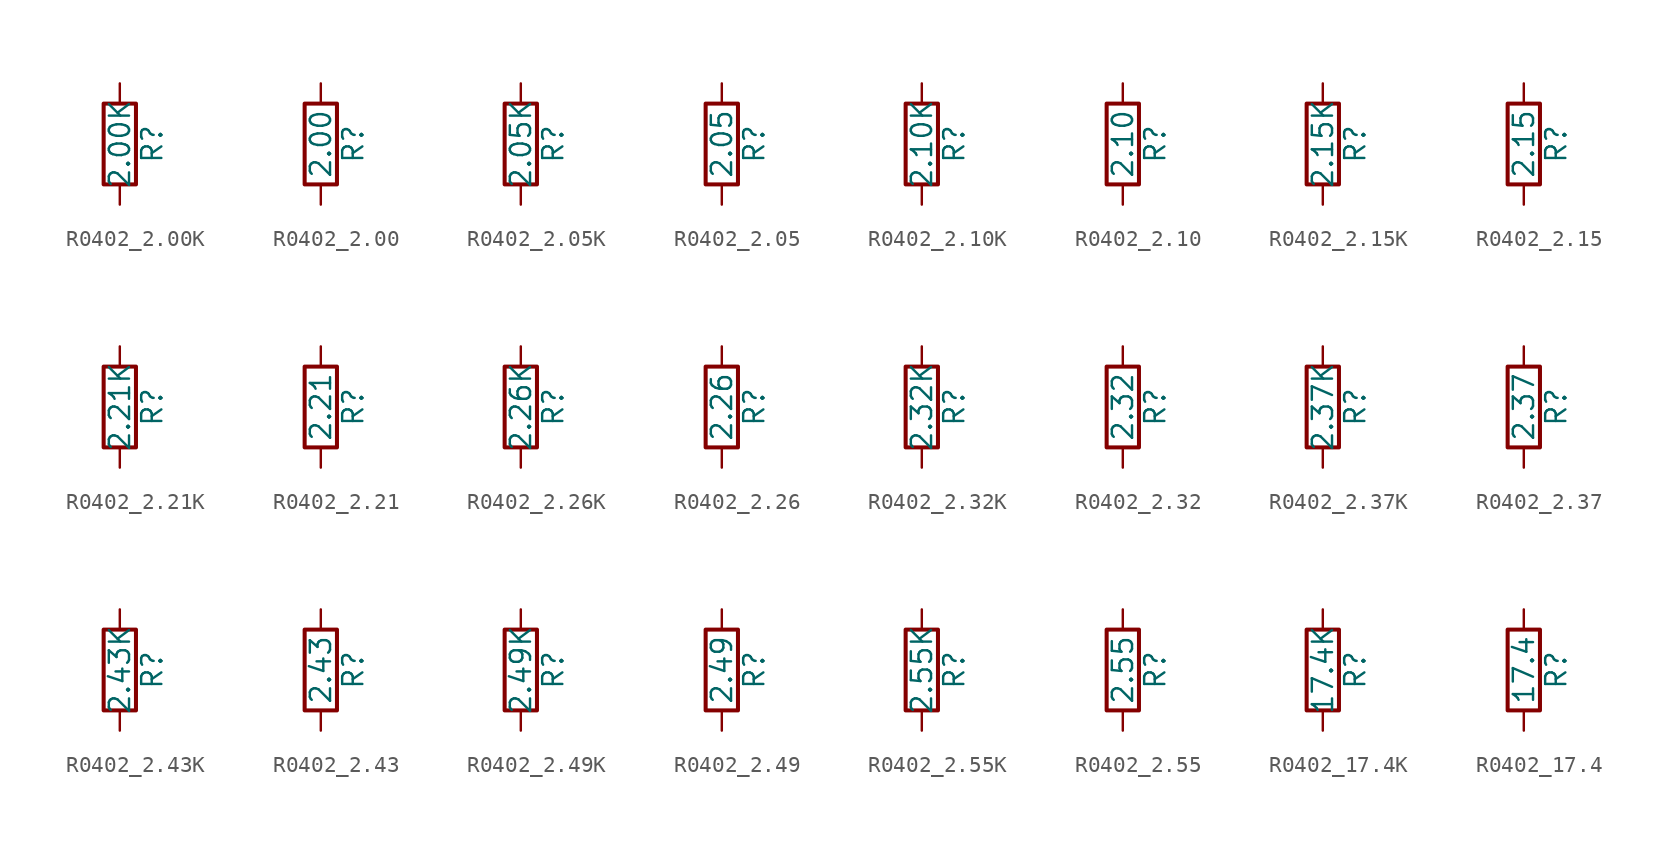
<source format=kicad_sym>
(kicad_symbol_lib
  (version 20211014)
  (generator atlantix-eda)
  (symbol "R0402_2.00K"
    (pin_numbers hide)
    (pin_names
      (offset 0))
    (property "Reference" "R"
      (at 2.032 0 90)
      (effects (font (size 1.27 1.27))))
    (property "Value" "2.00K"
      (at 0 0 90)
      (effects (font (size 1.27 1.27))))
    (symbol "R0402_2.00K_0_1"
      (rectangle (start -1.016 -2.54) (end 1.016 2.54) (stroke (width 0.254) (type default) (color 0 0 0 0)) (fill (type none))))
    (symbol "R0402_2.00K_1_1"
      (pin passive line (at 0 3.81 270) (length 1.27) (name "~" (effects (font (size 1.27 1.27)))) (number "1" (effects (font (size 1.27 1.27)))))
      (pin passive line (at 0 -3.81 90) (length 1.27) (name "~" (effects (font (size 1.27 1.27)))) (number "2" (effects (font (size 1.27 1.27)))))))
  (symbol "R0402_2.00"
    (pin_numbers hide)
    (pin_names
      (offset 0))
    (property "Reference" "R"
      (at 2.032 0 90)
      (effects (font (size 1.27 1.27))))
    (property "Value" "2.00"
      (at 0 0 90)
      (effects (font (size 1.27 1.27))))
    (symbol "R0402_2.00_0_1"
      (rectangle (start -1.016 -2.54) (end 1.016 2.54) (stroke (width 0.254) (type default) (color 0 0 0 0)) (fill (type none))))
    (symbol "R0402_2.00_1_1"
      (pin passive line (at 0 3.81 270) (length 1.27) (name "~" (effects (font (size 1.27 1.27)))) (number "1" (effects (font (size 1.27 1.27)))))
      (pin passive line (at 0 -3.81 90) (length 1.27) (name "~" (effects (font (size 1.27 1.27)))) (number "2" (effects (font (size 1.27 1.27)))))))
  (symbol "R0402_2.05K"
    (pin_numbers hide)
    (pin_names
      (offset 0))
    (property "Reference" "R"
      (at 2.032 0 90)
      (effects (font (size 1.27 1.27))))
    (property "Value" "2.05K"
      (at 0 0 90)
      (effects (font (size 1.27 1.27))))
    (symbol "R0402_2.05K_0_1"
      (rectangle (start -1.016 -2.54) (end 1.016 2.54) (stroke (width 0.254) (type default) (color 0 0 0 0)) (fill (type none))))
    (symbol "R0402_2.05K_1_1"
      (pin passive line (at 0 3.81 270) (length 1.27) (name "~" (effects (font (size 1.27 1.27)))) (number "1" (effects (font (size 1.27 1.27)))))
      (pin passive line (at 0 -3.81 90) (length 1.27) (name "~" (effects (font (size 1.27 1.27)))) (number "2" (effects (font (size 1.27 1.27)))))))
  (symbol "R0402_2.05"
    (pin_numbers hide)
    (pin_names
      (offset 0))
    (property "Reference" "R"
      (at 2.032 0 90)
      (effects (font (size 1.27 1.27))))
    (property "Value" "2.05"
      (at 0 0 90)
      (effects (font (size 1.27 1.27))))
    (symbol "R0402_2.05_0_1"
      (rectangle (start -1.016 -2.54) (end 1.016 2.54) (stroke (width 0.254) (type default) (color 0 0 0 0)) (fill (type none))))
    (symbol "R0402_2.05_1_1"
      (pin passive line (at 0 3.81 270) (length 1.27) (name "~" (effects (font (size 1.27 1.27)))) (number "1" (effects (font (size 1.27 1.27)))))
      (pin passive line (at 0 -3.81 90) (length 1.27) (name "~" (effects (font (size 1.27 1.27)))) (number "2" (effects (font (size 1.27 1.27)))))))
  (symbol "R0402_2.10K"
    (pin_numbers hide)
    (pin_names
      (offset 0))
    (property "Reference" "R"
      (at 2.032 0 90)
      (effects (font (size 1.27 1.27))))
    (property "Value" "2.10K"
      (at 0 0 90)
      (effects (font (size 1.27 1.27))))
    (symbol "R0402_2.10K_0_1"
      (rectangle (start -1.016 -2.54) (end 1.016 2.54) (stroke (width 0.254) (type default) (color 0 0 0 0)) (fill (type none))))
    (symbol "R0402_2.10K_1_1"
      (pin passive line (at 0 3.81 270) (length 1.27) (name "~" (effects (font (size 1.27 1.27)))) (number "1" (effects (font (size 1.27 1.27)))))
      (pin passive line (at 0 -3.81 90) (length 1.27) (name "~" (effects (font (size 1.27 1.27)))) (number "2" (effects (font (size 1.27 1.27)))))))
  (symbol "R0402_2.10"
    (pin_numbers hide)
    (pin_names
      (offset 0))
    (property "Reference" "R"
      (at 2.032 0 90)
      (effects (font (size 1.27 1.27))))
    (property "Value" "2.10"
      (at 0 0 90)
      (effects (font (size 1.27 1.27))))
    (symbol "R0402_2.10_0_1"
      (rectangle (start -1.016 -2.54) (end 1.016 2.54) (stroke (width 0.254) (type default) (color 0 0 0 0)) (fill (type none))))
    (symbol "R0402_2.10_1_1"
      (pin passive line (at 0 3.81 270) (length 1.27) (name "~" (effects (font (size 1.27 1.27)))) (number "1" (effects (font (size 1.27 1.27)))))
      (pin passive line (at 0 -3.81 90) (length 1.27) (name "~" (effects (font (size 1.27 1.27)))) (number "2" (effects (font (size 1.27 1.27)))))))
  (symbol "R0402_2.15K"
    (pin_numbers hide)
    (pin_names
      (offset 0))
    (property "Reference" "R"
      (at 2.032 0 90)
      (effects (font (size 1.27 1.27))))
    (property "Value" "2.15K"
      (at 0 0 90)
      (effects (font (size 1.27 1.27))))
    (symbol "R0402_2.15K_0_1"
      (rectangle (start -1.016 -2.54) (end 1.016 2.54) (stroke (width 0.254) (type default) (color 0 0 0 0)) (fill (type none))))
    (symbol "R0402_2.15K_1_1"
      (pin passive line (at 0 3.81 270) (length 1.27) (name "~" (effects (font (size 1.27 1.27)))) (number "1" (effects (font (size 1.27 1.27)))))
      (pin passive line (at 0 -3.81 90) (length 1.27) (name "~" (effects (font (size 1.27 1.27)))) (number "2" (effects (font (size 1.27 1.27)))))))
  (symbol "R0402_2.15"
    (pin_numbers hide)
    (pin_names
      (offset 0))
    (property "Reference" "R"
      (at 2.032 0 90)
      (effects (font (size 1.27 1.27))))
    (property "Value" "2.15"
      (at 0 0 90)
      (effects (font (size 1.27 1.27))))
    (symbol "R0402_2.15_0_1"
      (rectangle (start -1.016 -2.54) (end 1.016 2.54) (stroke (width 0.254) (type default) (color 0 0 0 0)) (fill (type none))))
    (symbol "R0402_2.15_1_1"
      (pin passive line (at 0 3.81 270) (length 1.27) (name "~" (effects (font (size 1.27 1.27)))) (number "1" (effects (font (size 1.27 1.27)))))
      (pin passive line (at 0 -3.81 90) (length 1.27) (name "~" (effects (font (size 1.27 1.27)))) (number "2" (effects (font (size 1.27 1.27)))))))
  (symbol "R0402_2.21K"
    (pin_numbers hide)
    (pin_names
      (offset 0))
    (property "Reference" "R"
      (at 2.032 0 90)
      (effects (font (size 1.27 1.27))))
    (property "Value" "2.21K"
      (at 0 0 90)
      (effects (font (size 1.27 1.27))))
    (symbol "R0402_2.21K_0_1"
      (rectangle (start -1.016 -2.54) (end 1.016 2.54) (stroke (width 0.254) (type default) (color 0 0 0 0)) (fill (type none))))
    (symbol "R0402_2.21K_1_1"
      (pin passive line (at 0 3.81 270) (length 1.27) (name "~" (effects (font (size 1.27 1.27)))) (number "1" (effects (font (size 1.27 1.27)))))
      (pin passive line (at 0 -3.81 90) (length 1.27) (name "~" (effects (font (size 1.27 1.27)))) (number "2" (effects (font (size 1.27 1.27)))))))
  (symbol "R0402_2.21"
    (pin_numbers hide)
    (pin_names
      (offset 0))
    (property "Reference" "R"
      (at 2.032 0 90)
      (effects (font (size 1.27 1.27))))
    (property "Value" "2.21"
      (at 0 0 90)
      (effects (font (size 1.27 1.27))))
    (symbol "R0402_2.21_0_1"
      (rectangle (start -1.016 -2.54) (end 1.016 2.54) (stroke (width 0.254) (type default) (color 0 0 0 0)) (fill (type none))))
    (symbol "R0402_2.21_1_1"
      (pin passive line (at 0 3.81 270) (length 1.27) (name "~" (effects (font (size 1.27 1.27)))) (number "1" (effects (font (size 1.27 1.27)))))
      (pin passive line (at 0 -3.81 90) (length 1.27) (name "~" (effects (font (size 1.27 1.27)))) (number "2" (effects (font (size 1.27 1.27)))))))
  (symbol "R0402_2.26K"
    (pin_numbers hide)
    (pin_names
      (offset 0))
    (property "Reference" "R"
      (at 2.032 0 90)
      (effects (font (size 1.27 1.27))))
    (property "Value" "2.26K"
      (at 0 0 90)
      (effects (font (size 1.27 1.27))))
    (symbol "R0402_2.26K_0_1"
      (rectangle (start -1.016 -2.54) (end 1.016 2.54) (stroke (width 0.254) (type default) (color 0 0 0 0)) (fill (type none))))
    (symbol "R0402_2.26K_1_1"
      (pin passive line (at 0 3.81 270) (length 1.27) (name "~" (effects (font (size 1.27 1.27)))) (number "1" (effects (font (size 1.27 1.27)))))
      (pin passive line (at 0 -3.81 90) (length 1.27) (name "~" (effects (font (size 1.27 1.27)))) (number "2" (effects (font (size 1.27 1.27)))))))
  (symbol "R0402_2.26"
    (pin_numbers hide)
    (pin_names
      (offset 0))
    (property "Reference" "R"
      (at 2.032 0 90)
      (effects (font (size 1.27 1.27))))
    (property "Value" "2.26"
      (at 0 0 90)
      (effects (font (size 1.27 1.27))))
    (symbol "R0402_2.26_0_1"
      (rectangle (start -1.016 -2.54) (end 1.016 2.54) (stroke (width 0.254) (type default) (color 0 0 0 0)) (fill (type none))))
    (symbol "R0402_2.26_1_1"
      (pin passive line (at 0 3.81 270) (length 1.27) (name "~" (effects (font (size 1.27 1.27)))) (number "1" (effects (font (size 1.27 1.27)))))
      (pin passive line (at 0 -3.81 90) (length 1.27) (name "~" (effects (font (size 1.27 1.27)))) (number "2" (effects (font (size 1.27 1.27)))))))
  (symbol "R0402_2.32K"
    (pin_numbers hide)
    (pin_names
      (offset 0))
    (property "Reference" "R"
      (at 2.032 0 90)
      (effects (font (size 1.27 1.27))))
    (property "Value" "2.32K"
      (at 0 0 90)
      (effects (font (size 1.27 1.27))))
    (symbol "R0402_2.32K_0_1"
      (rectangle (start -1.016 -2.54) (end 1.016 2.54) (stroke (width 0.254) (type default) (color 0 0 0 0)) (fill (type none))))
    (symbol "R0402_2.32K_1_1"
      (pin passive line (at 0 3.81 270) (length 1.27) (name "~" (effects (font (size 1.27 1.27)))) (number "1" (effects (font (size 1.27 1.27)))))
      (pin passive line (at 0 -3.81 90) (length 1.27) (name "~" (effects (font (size 1.27 1.27)))) (number "2" (effects (font (size 1.27 1.27)))))))
  (symbol "R0402_2.32"
    (pin_numbers hide)
    (pin_names
      (offset 0))
    (property "Reference" "R"
      (at 2.032 0 90)
      (effects (font (size 1.27 1.27))))
    (property "Value" "2.32"
      (at 0 0 90)
      (effects (font (size 1.27 1.27))))
    (symbol "R0402_2.32_0_1"
      (rectangle (start -1.016 -2.54) (end 1.016 2.54) (stroke (width 0.254) (type default) (color 0 0 0 0)) (fill (type none))))
    (symbol "R0402_2.32_1_1"
      (pin passive line (at 0 3.81 270) (length 1.27) (name "~" (effects (font (size 1.27 1.27)))) (number "1" (effects (font (size 1.27 1.27)))))
      (pin passive line (at 0 -3.81 90) (length 1.27) (name "~" (effects (font (size 1.27 1.27)))) (number "2" (effects (font (size 1.27 1.27)))))))
  (symbol "R0402_2.37K"
    (pin_numbers hide)
    (pin_names
      (offset 0))
    (property "Reference" "R"
      (at 2.032 0 90)
      (effects (font (size 1.27 1.27))))
    (property "Value" "2.37K"
      (at 0 0 90)
      (effects (font (size 1.27 1.27))))
    (symbol "R0402_2.37K_0_1"
      (rectangle (start -1.016 -2.54) (end 1.016 2.54) (stroke (width 0.254) (type default) (color 0 0 0 0)) (fill (type none))))
    (symbol "R0402_2.37K_1_1"
      (pin passive line (at 0 3.81 270) (length 1.27) (name "~" (effects (font (size 1.27 1.27)))) (number "1" (effects (font (size 1.27 1.27)))))
      (pin passive line (at 0 -3.81 90) (length 1.27) (name "~" (effects (font (size 1.27 1.27)))) (number "2" (effects (font (size 1.27 1.27)))))))
  (symbol "R0402_2.37"
    (pin_numbers hide)
    (pin_names
      (offset 0))
    (property "Reference" "R"
      (at 2.032 0 90)
      (effects (font (size 1.27 1.27))))
    (property "Value" "2.37"
      (at 0 0 90)
      (effects (font (size 1.27 1.27))))
    (symbol "R0402_2.37_0_1"
      (rectangle (start -1.016 -2.54) (end 1.016 2.54) (stroke (width 0.254) (type default) (color 0 0 0 0)) (fill (type none))))
    (symbol "R0402_2.37_1_1"
      (pin passive line (at 0 3.81 270) (length 1.27) (name "~" (effects (font (size 1.27 1.27)))) (number "1" (effects (font (size 1.27 1.27)))))
      (pin passive line (at 0 -3.81 90) (length 1.27) (name "~" (effects (font (size 1.27 1.27)))) (number "2" (effects (font (size 1.27 1.27)))))))
  (symbol "R0402_2.43K"
    (pin_numbers hide)
    (pin_names
      (offset 0))
    (property "Reference" "R"
      (at 2.032 0 90)
      (effects (font (size 1.27 1.27))))
    (property "Value" "2.43K"
      (at 0 0 90)
      (effects (font (size 1.27 1.27))))
    (symbol "R0402_2.43K_0_1"
      (rectangle (start -1.016 -2.54) (end 1.016 2.54) (stroke (width 0.254) (type default) (color 0 0 0 0)) (fill (type none))))
    (symbol "R0402_2.43K_1_1"
      (pin passive line (at 0 3.81 270) (length 1.27) (name "~" (effects (font (size 1.27 1.27)))) (number "1" (effects (font (size 1.27 1.27)))))
      (pin passive line (at 0 -3.81 90) (length 1.27) (name "~" (effects (font (size 1.27 1.27)))) (number "2" (effects (font (size 1.27 1.27)))))))
  (symbol "R0402_2.43"
    (pin_numbers hide)
    (pin_names
      (offset 0))
    (property "Reference" "R"
      (at 2.032 0 90)
      (effects (font (size 1.27 1.27))))
    (property "Value" "2.43"
      (at 0 0 90)
      (effects (font (size 1.27 1.27))))
    (symbol "R0402_2.43_0_1"
      (rectangle (start -1.016 -2.54) (end 1.016 2.54) (stroke (width 0.254) (type default) (color 0 0 0 0)) (fill (type none))))
    (symbol "R0402_2.43_1_1"
      (pin passive line (at 0 3.81 270) (length 1.27) (name "~" (effects (font (size 1.27 1.27)))) (number "1" (effects (font (size 1.27 1.27)))))
      (pin passive line (at 0 -3.81 90) (length 1.27) (name "~" (effects (font (size 1.27 1.27)))) (number "2" (effects (font (size 1.27 1.27)))))))
  (symbol "R0402_2.49K"
    (pin_numbers hide)
    (pin_names
      (offset 0))
    (property "Reference" "R"
      (at 2.032 0 90)
      (effects (font (size 1.27 1.27))))
    (property "Value" "2.49K"
      (at 0 0 90)
      (effects (font (size 1.27 1.27))))
    (symbol "R0402_2.49K_0_1"
      (rectangle (start -1.016 -2.54) (end 1.016 2.54) (stroke (width 0.254) (type default) (color 0 0 0 0)) (fill (type none))))
    (symbol "R0402_2.49K_1_1"
      (pin passive line (at 0 3.81 270) (length 1.27) (name "~" (effects (font (size 1.27 1.27)))) (number "1" (effects (font (size 1.27 1.27)))))
      (pin passive line (at 0 -3.81 90) (length 1.27) (name "~" (effects (font (size 1.27 1.27)))) (number "2" (effects (font (size 1.27 1.27)))))))
  (symbol "R0402_2.49"
    (pin_numbers hide)
    (pin_names
      (offset 0))
    (property "Reference" "R"
      (at 2.032 0 90)
      (effects (font (size 1.27 1.27))))
    (property "Value" "2.49"
      (at 0 0 90)
      (effects (font (size 1.27 1.27))))
    (symbol "R0402_2.49_0_1"
      (rectangle (start -1.016 -2.54) (end 1.016 2.54) (stroke (width 0.254) (type default) (color 0 0 0 0)) (fill (type none))))
    (symbol "R0402_2.49_1_1"
      (pin passive line (at 0 3.81 270) (length 1.27) (name "~" (effects (font (size 1.27 1.27)))) (number "1" (effects (font (size 1.27 1.27)))))
      (pin passive line (at 0 -3.81 90) (length 1.27) (name "~" (effects (font (size 1.27 1.27)))) (number "2" (effects (font (size 1.27 1.27)))))))
  (symbol "R0402_2.55K"
    (pin_numbers hide)
    (pin_names
      (offset 0))
    (property "Reference" "R"
      (at 2.032 0 90)
      (effects (font (size 1.27 1.27))))
    (property "Value" "2.55K"
      (at 0 0 90)
      (effects (font (size 1.27 1.27))))
    (symbol "R0402_2.55K_0_1"
      (rectangle (start -1.016 -2.54) (end 1.016 2.54) (stroke (width 0.254) (type default) (color 0 0 0 0)) (fill (type none))))
    (symbol "R0402_2.55K_1_1"
      (pin passive line (at 0 3.81 270) (length 1.27) (name "~" (effects (font (size 1.27 1.27)))) (number "1" (effects (font (size 1.27 1.27)))))
      (pin passive line (at 0 -3.81 90) (length 1.27) (name "~" (effects (font (size 1.27 1.27)))) (number "2" (effects (font (size 1.27 1.27)))))))
  (symbol "R0402_2.55"
    (pin_numbers hide)
    (pin_names
      (offset 0))
    (property "Reference" "R"
      (at 2.032 0 90)
      (effects (font (size 1.27 1.27))))
    (property "Value" "2.55"
      (at 0 0 90)
      (effects (font (size 1.27 1.27))))
    (symbol "R0402_2.55_0_1"
      (rectangle (start -1.016 -2.54) (end 1.016 2.54) (stroke (width 0.254) (type default) (color 0 0 0 0)) (fill (type none))))
    (symbol "R0402_2.55_1_1"
      (pin passive line (at 0 3.81 270) (length 1.27) (name "~" (effects (font (size 1.27 1.27)))) (number "1" (effects (font (size 1.27 1.27)))))
      (pin passive line (at 0 -3.81 90) (length 1.27) (name "~" (effects (font (size 1.27 1.27)))) (number "2" (effects (font (size 1.27 1.27)))))))
  (symbol "R0402_17.4K"
    (pin_numbers hide)
    (pin_names
      (offset 0))
    (property "Reference" "R"
      (at 2.032 0 90)
      (effects (font (size 1.27 1.27))))
    (property "Value" "17.4K"
      (at 0 0 90)
      (effects (font (size 1.27 1.27))))
    (symbol "R0402_17.4K_0_1"
      (rectangle (start -1.016 -2.54) (end 1.016 2.54) (stroke (width 0.254) (type default) (color 0 0 0 0)) (fill (type none))))
    (symbol "R0402_17.4K_1_1"
      (pin passive line (at 0 3.81 270) (length 1.27) (name "~" (effects (font (size 1.27 1.27)))) (number "1" (effects (font (size 1.27 1.27)))))
      (pin passive line (at 0 -3.81 90) (length 1.27) (name "~" (effects (font (size 1.27 1.27)))) (number "2" (effects (font (size 1.27 1.27)))))))
  (symbol "R0402_17.4"
    (pin_numbers hide)
    (pin_names
      (offset 0))
    (property "Reference" "R"
      (at 2.032 0 90)
      (effects (font (size 1.27 1.27))))
    (property "Value" "17.4"
      (at 0 0 90)
      (effects (font (size 1.27 1.27))))
    (symbol "R0402_17.4_0_1"
      (rectangle (start -1.016 -2.54) (end 1.016 2.54) (stroke (width 0.254) (type default) (color 0 0 0 0)) (fill (type none))))
    (symbol "R0402_17.4_1_1"
      (pin passive line (at 0 3.81 270) (length 1.27) (name "~" (effects (font (size 1.27 1.27)))) (number "1" (effects (font (size 1.27 1.27)))))
      (pin passive line (at 0 -3.81 90) (length 1.27) (name "~" (effects (font (size 1.27 1.27)))) (number "2" (effects (font (size 1.27 1.27))))))))
</source>
